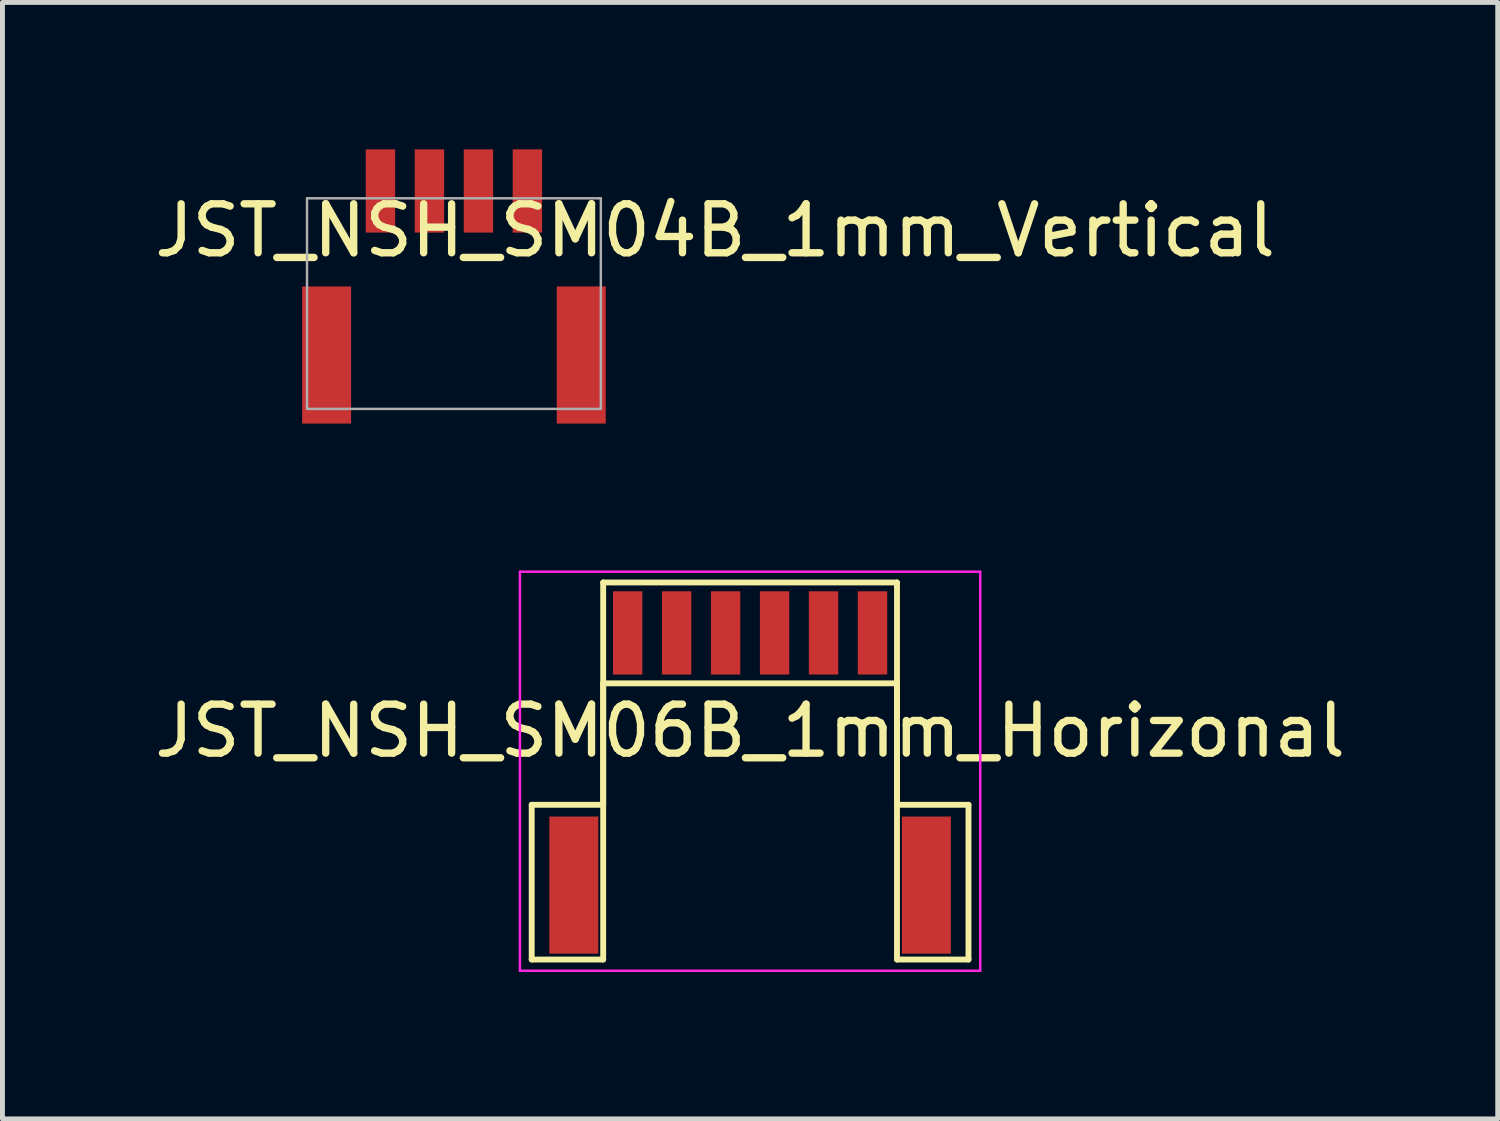
<source format=kicad_pcb>
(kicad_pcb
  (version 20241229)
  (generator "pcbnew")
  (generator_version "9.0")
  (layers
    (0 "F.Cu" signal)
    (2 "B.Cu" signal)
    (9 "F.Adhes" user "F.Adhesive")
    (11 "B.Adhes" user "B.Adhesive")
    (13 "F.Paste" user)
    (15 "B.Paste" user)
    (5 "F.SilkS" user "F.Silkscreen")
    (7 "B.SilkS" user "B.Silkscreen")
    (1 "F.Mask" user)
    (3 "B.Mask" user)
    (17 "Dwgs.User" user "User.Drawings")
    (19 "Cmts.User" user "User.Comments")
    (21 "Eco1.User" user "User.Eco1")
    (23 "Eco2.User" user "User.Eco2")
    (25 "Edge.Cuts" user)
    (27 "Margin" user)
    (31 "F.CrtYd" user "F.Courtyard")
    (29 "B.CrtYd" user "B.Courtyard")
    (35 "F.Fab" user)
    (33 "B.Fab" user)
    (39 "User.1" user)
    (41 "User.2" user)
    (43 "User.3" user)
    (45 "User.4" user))
  (footprint "JST_NSH_SM04B_1mm_Vertical"
    (layer "F.Cu")
    (at 6.22 2.8)
    (property "Reference" "JST_NSH_SM04B_1mm_Vertical" (at 5.334 -1.143 0) (layer "F.SilkS") (effects (font (size 1 1) (thickness 0.15))))
    (attr smd)
    (fp_line (start -3 -1.8) (end -3 2.5) (stroke (width 0.05) (type solid)) (layer "F.Fab"))
    (fp_line (start -3 -1.8) (end 3 -1.8) (stroke (width 0.05) (type solid)) (layer "F.Fab"))
    (fp_line (start -3 2.5) (end 3 2.5) (stroke (width 0.05) (type solid)) (layer "F.Fab"))
    (fp_line (start 3 -1.8) (end 3 2.5) (stroke (width 0.05) (type solid)) (layer "F.Fab"))
    (pad "0" smd rect (at -2.6 1.4) (size 1 2.8) (layers "F.Cu" "F.Mask" "F.Paste"))
    (pad "0" smd rect (at 2.6 1.4) (size 1 2.8) (layers "F.Cu" "F.Mask" "F.Paste"))
    (pad "1" smd rect (at -1.5 -1.95) (size 0.6 1.7) (layers "F.Cu" "F.Mask" "F.Paste"))
    (pad "2" smd rect (at -0.5 -1.95) (size 0.6 1.7) (layers "F.Cu" "F.Mask" "F.Paste"))
    (pad "3" smd rect (at 0.5 -1.95) (size 0.6 1.7) (layers "F.Cu" "F.Mask" "F.Paste"))
    (pad "4" smd rect (at 1.5 -1.95) (size 0.6 1.7) (layers "F.Cu" "F.Mask" "F.Paste")))
  (footprint "JST_NSH_SM06B_1mm_Horizonal"
    (layer "F.Cu")
    (at 12.268 9.875)
    (property "Reference" "JST_NSH_SM06B_1mm_Horizonal" (at 0 2 0) (layer "F.SilkS") (effects (font (size 1 1) (thickness 0.15))))
    (attr smd)
    (fp_line (start -4.46 3.51) (end -3 3.51) (stroke (width 0.12) (type solid)) (layer "F.SilkS"))
    (fp_line (start -4.46 6.67) (end -4.46 3.51) (stroke (width 0.12) (type solid)) (layer "F.SilkS"))
    (fp_line (start -3 -1.03) (end 3 -1.03) (stroke (width 0.12) (type solid)) (layer "F.SilkS"))
    (fp_line (start -3 1.03) (end -3 6.67) (stroke (width 0.12) (type solid)) (layer "F.SilkS"))
    (fp_line (start -3 1.03) (end 3 1.03) (stroke (width 0.12) (type solid)) (layer "F.SilkS"))
    (fp_line (start -3 3.51) (end -3 -1.03) (stroke (width 0.12) (type solid)) (layer "F.SilkS"))
    (fp_line (start -3 6.67) (end -4.46 6.67) (stroke (width 0.12) (type solid)) (layer "F.SilkS"))
    (fp_line (start 3 1.03) (end 3 6.67) (stroke (width 0.12) (type solid)) (layer "F.SilkS"))
    (fp_line (start 3 3.51) (end 3 -1.03) (stroke (width 0.12) (type solid)) (layer "F.SilkS"))
    (fp_line (start 3 6.67) (end 4.46 6.67) (stroke (width 0.12) (type solid)) (layer "F.SilkS"))
    (fp_line (start 4.46 3.51) (end 3 3.51) (stroke (width 0.12) (type solid)) (layer "F.SilkS"))
    (fp_line (start 4.46 6.67) (end 4.46 3.51) (stroke (width 0.12) (type solid)) (layer "F.SilkS"))
    (fp_line (start -4.7 -1.25) (end -4.7 6.9) (stroke (width 0.05) (type solid)) (layer "F.CrtYd"))
    (fp_line (start -4.7 -1.25) (end 4.7 -1.25) (stroke (width 0.05) (type solid)) (layer "F.CrtYd"))
    (fp_line (start -4.7 6.9) (end 4.7 6.9) (stroke (width 0.05) (type solid)) (layer "F.CrtYd"))
    (fp_line (start 4.7 -1.25) (end 4.7 6.9) (stroke (width 0.05) (type solid)) (layer "F.CrtYd"))
    (pad "0" smd rect (at -3.6 5.15) (size 1 2.8) (layers "F.Cu" "F.Mask" "F.Paste"))
    (pad "0" smd rect (at 3.6 5.15) (size 1 2.8) (layers "F.Cu" "F.Mask" "F.Paste"))
    (pad "1" smd rect (at -2.5 0) (size 0.6 1.7) (layers "F.Cu" "F.Mask" "F.Paste"))
    (pad "2" smd rect (at -1.5 0) (size 0.6 1.7) (layers "F.Cu" "F.Mask" "F.Paste"))
    (pad "3" smd rect (at -0.5 0) (size 0.6 1.7) (layers "F.Cu" "F.Mask" "F.Paste"))
    (pad "4" smd rect (at 0.5 0) (size 0.6 1.7) (layers "F.Cu" "F.Mask" "F.Paste"))
    (pad "5" smd rect (at 1.5 0) (size 0.6 1.7) (layers "F.Cu" "F.Mask" "F.Paste"))
    (pad "6" smd rect (at 2.5 0) (size 0.6 1.7) (layers "F.Cu" "F.Mask" "F.Paste")))
  (gr_rect
    (start -3 -3)
    (end 27.536 19.8)
    (stroke (width 0.1) (type default))
    (fill no)
    (layer "Edge.Cuts")))
</source>
